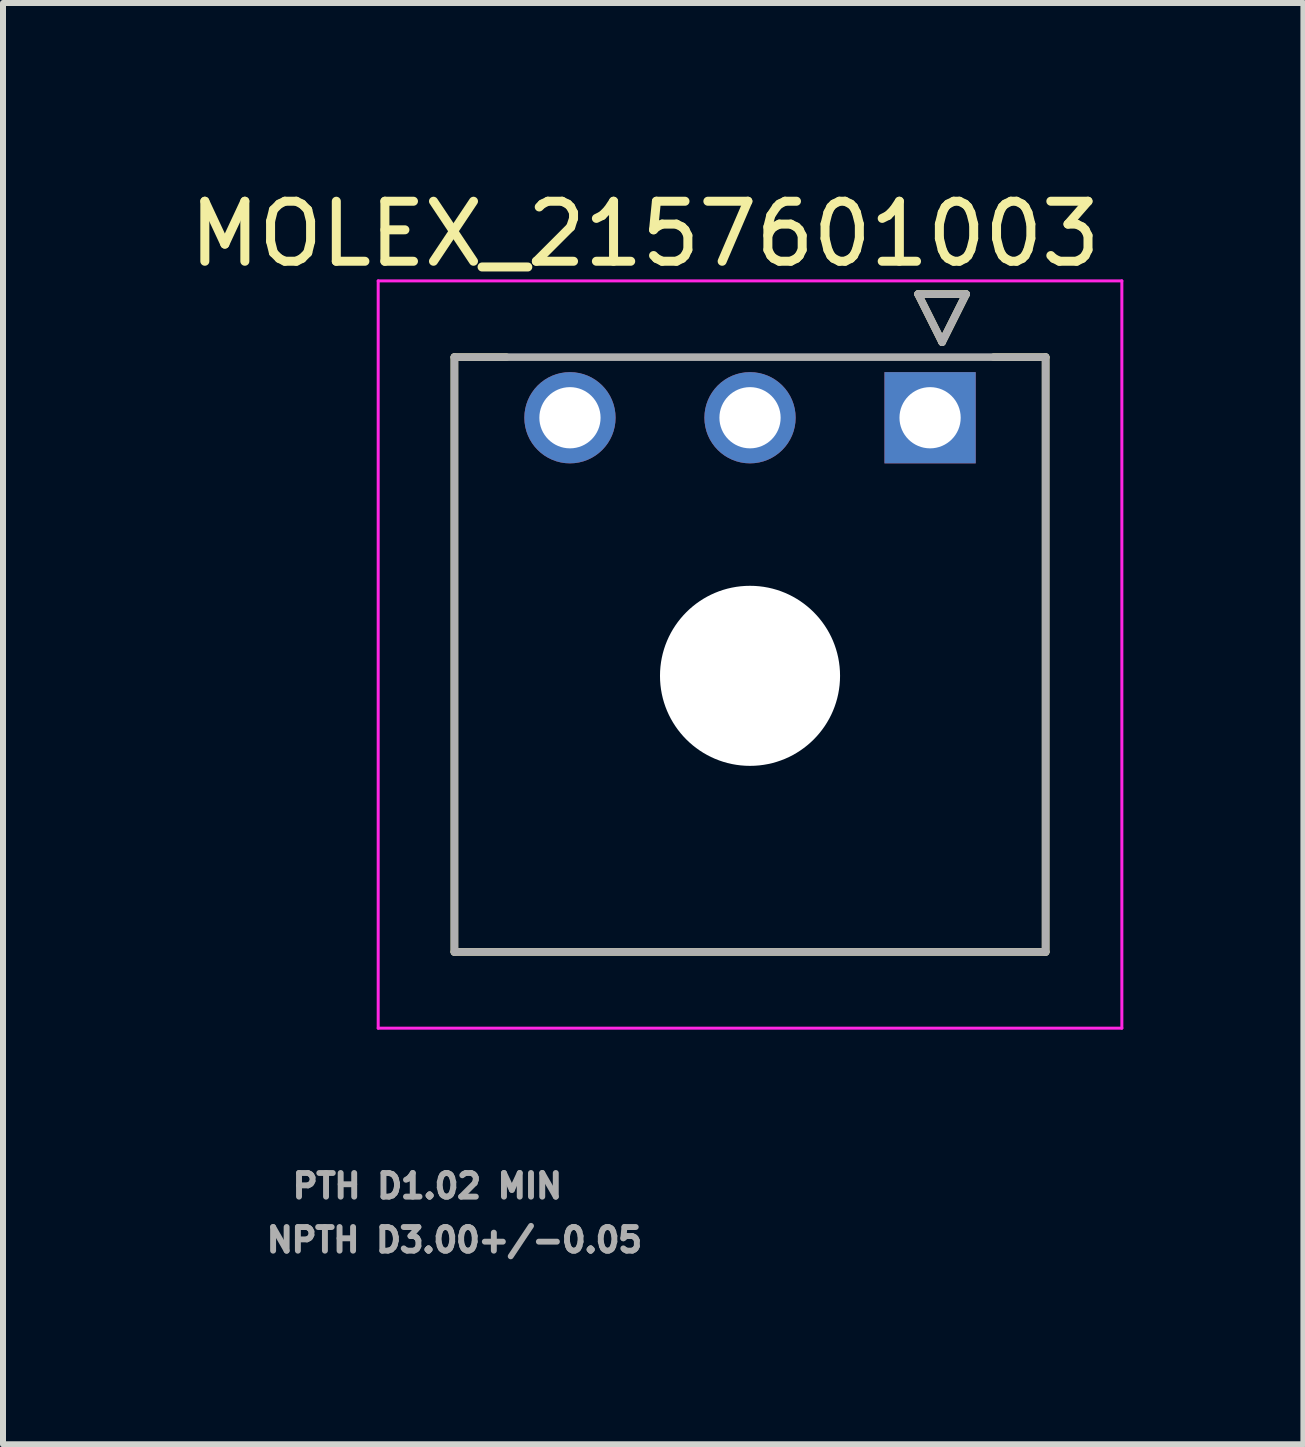
<source format=kicad_pcb>
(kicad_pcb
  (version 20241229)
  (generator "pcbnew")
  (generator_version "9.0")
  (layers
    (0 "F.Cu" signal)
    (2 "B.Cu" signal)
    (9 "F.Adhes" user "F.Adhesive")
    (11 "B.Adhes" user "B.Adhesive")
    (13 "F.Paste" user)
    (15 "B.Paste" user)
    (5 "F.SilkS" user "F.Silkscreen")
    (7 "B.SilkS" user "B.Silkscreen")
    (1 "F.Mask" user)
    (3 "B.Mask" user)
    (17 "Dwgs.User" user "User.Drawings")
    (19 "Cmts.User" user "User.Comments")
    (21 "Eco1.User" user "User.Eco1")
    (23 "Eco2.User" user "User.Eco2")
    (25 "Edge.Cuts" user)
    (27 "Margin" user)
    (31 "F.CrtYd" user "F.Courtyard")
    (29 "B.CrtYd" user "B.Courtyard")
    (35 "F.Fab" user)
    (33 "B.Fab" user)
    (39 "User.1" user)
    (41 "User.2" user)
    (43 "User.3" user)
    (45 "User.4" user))
  (footprint "MOLEX_2157601003"
    (layer "F.Cu")
    (at 12.446 3.91)
    (property "Reference" "MOLEX_2157601003" (at -4.75 -3.062 0) (layer "F.SilkS") (effects (font (size 1 1) (thickness 0.15))))
    (attr through_hole)
    (fp_circle (center -6 0) (end -5.582 0) (stroke (width 0.836) (type solid)) (fill no) (layer "F.Mask"))
    (fp_circle (center -3 0) (end -2.582 0) (stroke (width 0.836) (type solid)) (fill no) (layer "F.Mask"))
    (fp_circle (center -3 4.3) (end -2.212 4.3) (stroke (width 1.576) (type solid)) (fill no) (layer "F.Mask"))
    (fp_poly (pts (xy -0.836 -0.836) (xy 0.836 -0.836) (xy 0.836 0.836) (xy -0.836 0.836)) (stroke (width 0.01) (type solid)) (fill yes) (layer "F.Mask"))
    (fp_circle (center -6 0) (end -5.582 0) (stroke (width 0.836) (type solid)) (fill no) (layer "B.Mask"))
    (fp_circle (center -3 0) (end -2.582 0) (stroke (width 0.836) (type solid)) (fill no) (layer "B.Mask"))
    (fp_circle (center -3 4.3) (end -2.212 4.3) (stroke (width 1.576) (type solid)) (fill no) (layer "B.Mask"))
    (fp_poly (pts (xy -0.836 -0.836) (xy 0.836 -0.836) (xy 0.836 0.836) (xy -0.836 0.836)) (stroke (width 0.01) (type solid)) (fill yes) (layer "B.Mask"))
    (fp_line (start -7.925 -1.01) (end -7.925 8.9) (stroke (width 0.127) (type solid)) (layer "F.SilkS"))
    (fp_line (start -7.925 -1.01) (end -7.06 -1.01) (stroke (width 0.127) (type solid)) (layer "F.SilkS"))
    (fp_line (start -0.2 -2.06) (end 0.6 -2.06) (stroke (width 0.127) (type solid)) (layer "F.SilkS"))
    (fp_line (start 0.2 -1.26) (end -0.2 -2.06) (stroke (width 0.127) (type solid)) (layer "F.SilkS"))
    (fp_line (start 0.6 -2.06) (end 0.2 -1.26) (stroke (width 0.127) (type solid)) (layer "F.SilkS"))
    (fp_line (start 1.925 -1.01) (end 1.06 -1.01) (stroke (width 0.127) (type solid)) (layer "F.SilkS"))
    (fp_line (start 1.925 -1.01) (end 1.925 8.9) (stroke (width 0.127) (type solid)) (layer "F.SilkS"))
    (fp_line (start 1.925 8.9) (end -7.925 8.9) (stroke (width 0.127) (type solid)) (layer "F.SilkS"))
    (fp_line (start -9.195 -2.28) (end 3.195 -2.28) (stroke (width 0.05) (type solid)) (layer "F.CrtYd"))
    (fp_line (start -9.195 10.17) (end -9.195 -2.28) (stroke (width 0.05) (type solid)) (layer "F.CrtYd"))
    (fp_line (start 3.195 10.17) (end -9.195 10.17) (stroke (width 0.05) (type solid)) (layer "F.CrtYd"))
    (fp_line (start 3.195 10.17) (end 3.195 -2.28) (stroke (width 0.05) (type solid)) (layer "F.CrtYd"))
    (fp_line (start -7.925 -1.01) (end 1.925 -1.01) (stroke (width 0.127) (type solid)) (layer "F.Fab"))
    (fp_line (start -7.925 8.9) (end -7.925 -1.01) (stroke (width 0.127) (type solid)) (layer "F.Fab"))
    (fp_line (start -0.2 -2.06) (end 0.6 -2.06) (stroke (width 0.127) (type solid)) (layer "F.Fab"))
    (fp_line (start 0.2 -1.26) (end -0.2 -2.06) (stroke (width 0.127) (type solid)) (layer "F.Fab"))
    (fp_line (start 0.6 -2.06) (end 0.2 -1.26) (stroke (width 0.127) (type solid)) (layer "F.Fab"))
    (fp_line (start 1.925 8.9) (end -7.925 8.9) (stroke (width 0.127) (type solid)) (layer "F.Fab"))
    (fp_line (start 1.925 8.9) (end 1.925 -1.01) (stroke (width 0.127) (type solid)) (layer "F.Fab"))
    (fp_text user "PTH D1.02 MIN   " (at -7.925 12.8 0) (layer "F.Fab") (effects (font (size 0.394 0.394) (thickness 0.15))))
    (fp_text user "NPTH D3.00+/-0.05" (at -7.925 13.7 0) (layer "F.Fab") (effects (font (size 0.394 0.394) (thickness 0.15))))
    (pad "" np_thru_hole circle (at -3 4.3) (size 3 3) (drill 3) (layers "*.Cu" "*.Mask"))
    (pad "1" thru_hole rect (at 0 0) (size 1.52 1.52) (drill 1.02) (layers "*.Cu"))
    (pad "2" thru_hole circle (at -3 0) (size 1.52 1.52) (drill 1.02) (layers "*.Cu"))
    (pad "3" thru_hole circle (at -6 0) (size 1.52 1.52) (drill 1.02) (layers "*.Cu")))
  (gr_rect
    (start -3 -3)
    (end 18.666 21.013)
    (stroke (width 0.1) (type default))
    (fill no)
    (layer "Edge.Cuts")))
</source>
